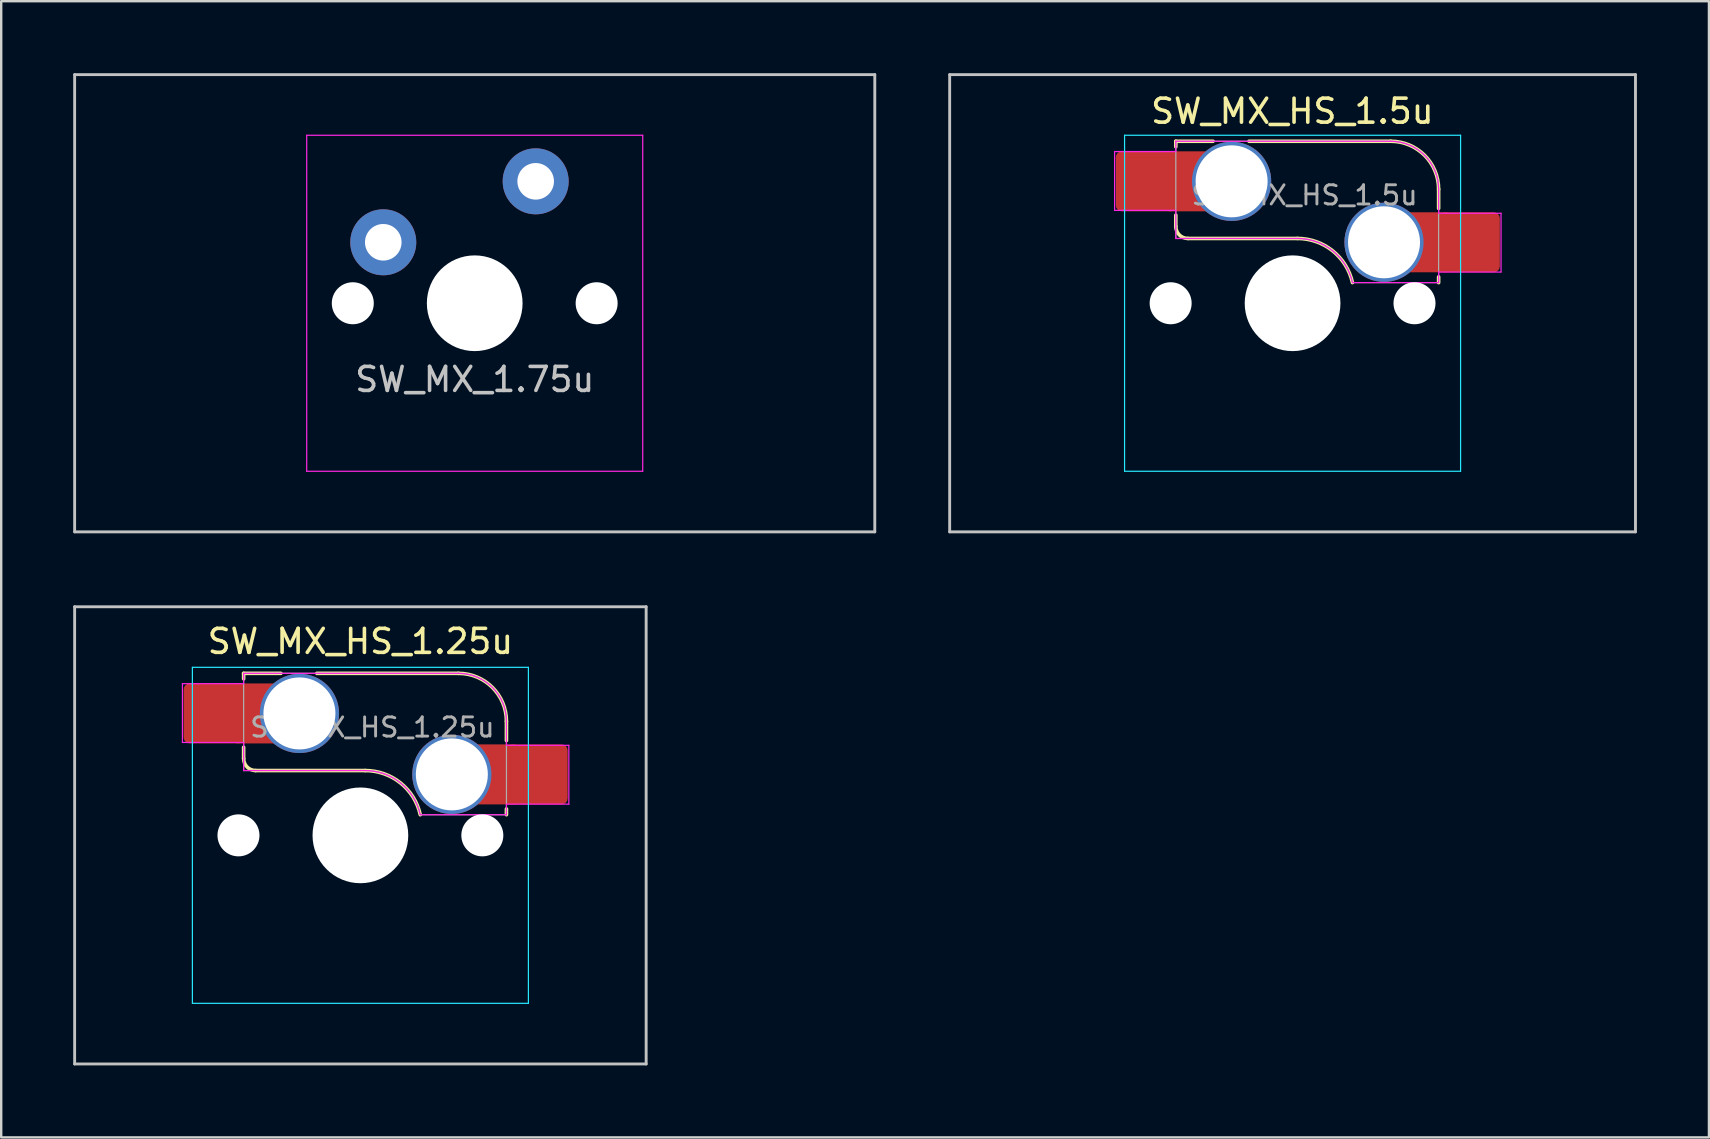
<source format=kicad_pcb>
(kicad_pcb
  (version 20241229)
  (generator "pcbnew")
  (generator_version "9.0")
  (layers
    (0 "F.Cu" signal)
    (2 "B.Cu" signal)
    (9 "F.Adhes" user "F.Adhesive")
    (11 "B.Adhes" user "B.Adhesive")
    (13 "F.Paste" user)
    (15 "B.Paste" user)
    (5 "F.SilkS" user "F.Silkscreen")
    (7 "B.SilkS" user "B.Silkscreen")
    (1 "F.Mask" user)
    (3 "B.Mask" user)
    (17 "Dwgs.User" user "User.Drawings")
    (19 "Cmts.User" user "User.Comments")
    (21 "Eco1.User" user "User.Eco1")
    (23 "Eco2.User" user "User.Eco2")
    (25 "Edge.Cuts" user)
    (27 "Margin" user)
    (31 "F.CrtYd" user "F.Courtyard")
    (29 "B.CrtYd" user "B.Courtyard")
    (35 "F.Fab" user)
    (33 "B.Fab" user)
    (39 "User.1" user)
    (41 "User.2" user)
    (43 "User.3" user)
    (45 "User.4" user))
  (footprint "SW_MX_HS_1.25u"
    (layer "F.Cu")
    (at 11.966 31.755)
    (property "Reference" "SW_MX_HS_1.25u" (at 0 -8.08 0) (layer "F.SilkS") (effects (font (size 1 1) (thickness 0.15))))
    (attr smd)
    (fp_line (start -4.865 -6.75) (end -4.865 -6.52) (stroke (width 0.15) (type solid)) (layer "F.SilkS"))
    (fp_line (start -4.865 -3.67) (end -4.865 -3.2) (stroke (width 0.15) (type solid)) (layer "F.SilkS"))
    (fp_line (start -4.365 -2.7) (end 0.2 -2.7) (stroke (width 0.15) (type solid)) (layer "F.SilkS"))
    (fp_line (start -3.315 -6.75) (end -4.865 -6.75) (stroke (width 0.15) (type solid)) (layer "F.SilkS"))
    (fp_line (start 4.085 -6.75) (end -1.815 -6.75) (stroke (width 0.15) (type solid)) (layer "F.SilkS"))
    (fp_line (start 6.085 -3.95) (end 6.085 -4.75) (stroke (width 0.15) (type solid)) (layer "F.SilkS"))
    (fp_line (start 6.085 -1.1) (end 6.085 -0.86) (stroke (width 0.15) (type solid)) (layer "F.SilkS"))
    (fp_arc (start -4.364824 -2.70022) (mid -4.718377 -2.846667) (end -4.864824 -3.20022) (stroke (width 0.15) (type solid)) (layer "F.SilkS"))
    (fp_arc (start 0.2 -2.70022) (mid 1.670693 -2.183637) (end 2.494322 -0.86022) (stroke (width 0.15) (type solid)) (layer "F.SilkS"))
    (fp_arc (start 4.085176 -6.75022) (mid 5.49939 -6.164434) (end 6.085176 -4.75022) (stroke (width 0.15) (type solid)) (layer "F.SilkS"))
    (fp_line (start -11.906 -9.525) (end 11.906 -9.525) (stroke (width 0.12) (type solid)) (layer "Dwgs.User"))
    (fp_line (start -11.906 9.525) (end -11.906 -9.525) (stroke (width 0.12) (type solid)) (layer "Dwgs.User"))
    (fp_line (start 11.906 -9.525) (end 11.906 9.525) (stroke (width 0.12) (type solid)) (layer "Dwgs.User"))
    (fp_line (start 11.906 9.525) (end -11.906 9.525) (stroke (width 0.12) (type solid)) (layer "Dwgs.User"))
    (fp_line (start -7 -6.5) (end -7 6.5) (stroke (width 0.05) (type solid)) (layer "Eco2.User"))
    (fp_line (start -6.5 7) (end 6.5 7) (stroke (width 0.05) (type solid)) (layer "Eco2.User"))
    (fp_line (start 6.5 -7) (end -6.5 -7) (stroke (width 0.05) (type solid)) (layer "Eco2.User"))
    (fp_line (start 7 6.5) (end 7 -6.5) (stroke (width 0.05) (type solid)) (layer "Eco2.User"))
    (fp_arc (start -7 -6.5) (mid -6.853553 -6.853553) (end -6.5 -7) (stroke (width 0.05) (type solid)) (layer "Eco2.User"))
    (fp_arc (start -6.497236 6.998884) (mid -6.850789 6.852437) (end -6.997236 6.498884) (stroke (width 0.05) (type solid)) (layer "Eco2.User"))
    (fp_arc (start 6.5 -7) (mid 6.853553 -6.853553) (end 7 -6.5) (stroke (width 0.05) (type solid)) (layer "Eco2.User"))
    (fp_arc (start 7 6.5) (mid 6.853553 6.853553) (end 6.5 7) (stroke (width 0.05) (type solid)) (layer "Eco2.User"))
    (fp_line (start -7 -7) (end 7 -7) (stroke (width 0.05) (type solid)) (layer "B.CrtYd"))
    (fp_line (start -7 7) (end -7 -7) (stroke (width 0.05) (type solid)) (layer "B.CrtYd"))
    (fp_line (start 7 -7) (end 7 7) (stroke (width 0.05) (type solid)) (layer "B.CrtYd"))
    (fp_line (start 7 7) (end -7 7) (stroke (width 0.05) (type solid)) (layer "B.CrtYd"))
    (fp_line (start -7.415 -6.32) (end -4.865 -6.32) (stroke (width 0.05) (type solid)) (layer "F.CrtYd"))
    (fp_line (start -7.415 -3.87) (end -7.415 -6.32) (stroke (width 0.05) (type solid)) (layer "F.CrtYd"))
    (fp_line (start -4.865 -6.75) (end -4.865 -6.32) (stroke (width 0.05) (type solid)) (layer "F.CrtYd"))
    (fp_line (start -4.865 -3.87) (end -7.415 -3.87) (stroke (width 0.05) (type solid)) (layer "F.CrtYd"))
    (fp_line (start -4.865 -3.87) (end -4.865 -2.7) (stroke (width 0.05) (type solid)) (layer "F.CrtYd"))
    (fp_line (start -4.865 -2.7) (end 0.2 -2.7) (stroke (width 0.05) (type solid)) (layer "F.CrtYd"))
    (fp_line (start 4.085 -6.75) (end -4.865 -6.75) (stroke (width 0.05) (type solid)) (layer "F.CrtYd"))
    (fp_line (start 6.085 -3.75) (end 6.085 -4.75) (stroke (width 0.05) (type solid)) (layer "F.CrtYd"))
    (fp_line (start 6.085 -3.75) (end 8.685 -3.75) (stroke (width 0.05) (type solid)) (layer "F.CrtYd"))
    (fp_line (start 6.085 -1.3) (end 6.085 -0.86) (stroke (width 0.05) (type solid)) (layer "F.CrtYd"))
    (fp_line (start 6.085 -0.86) (end 2.494 -0.86) (stroke (width 0.05) (type solid)) (layer "F.CrtYd"))
    (fp_line (start 8.685 -3.75) (end 8.685 -1.3) (stroke (width 0.05) (type solid)) (layer "F.CrtYd"))
    (fp_line (start 8.685 -1.3) (end 6.085 -1.3) (stroke (width 0.05) (type solid)) (layer "F.CrtYd"))
    (fp_arc (start 0.2 -2.70022) (mid 1.670503 -2.183399) (end 2.494322 -0.86022) (stroke (width 0.05) (type solid)) (layer "F.CrtYd"))
    (fp_arc (start 4.085176 -6.75022) (mid 5.49939 -6.164434) (end 6.085176 -4.75022) (stroke (width 0.05) (type solid)) (layer "F.CrtYd"))
    (fp_line (start -4.865 -6.75) (end -4.865 -2.7) (stroke (width 0.05) (type solid)) (layer "F.Fab"))
    (fp_line (start -4.865 -2.7) (end 0.2 -2.7) (stroke (width 0.05) (type solid)) (layer "F.Fab"))
    (fp_line (start 4.085 -6.75) (end -4.865 -6.75) (stroke (width 0.05) (type solid)) (layer "F.Fab"))
    (fp_line (start 6.085 -0.86) (end 2.494 -0.86) (stroke (width 0.05) (type solid)) (layer "F.Fab"))
    (fp_line (start 6.085 -0.86) (end 6.085 -4.75) (stroke (width 0.05) (type solid)) (layer "F.Fab"))
    (fp_arc (start 0.2 -2.70022) (mid 1.670503 -2.183399) (end 2.494322 -0.86022) (stroke (width 0.05) (type solid)) (layer "F.Fab"))
    (fp_arc (start 4.085176 -6.75022) (mid 5.49939 -6.164434) (end 6.085176 -4.75022) (stroke (width 0.05) (type solid)) (layer "F.Fab"))
    (fp_text user "${REFERENCE}" (at 0.5 -4.5 0) (layer "F.Fab") (effects (font (size 0.8 0.8) (thickness 0.12))))
    (pad "" np_thru_hole circle (at -5.08 0) (size 1.75 1.75) (drill 1.75) (layers "*.Cu" "*.Mask"))
    (pad "" np_thru_hole circle (at 0 0) (size 3.988 3.988) (drill 3.988) (layers "*.Cu" "*.Mask"))
    (pad "" np_thru_hole circle (at 5.08 0) (size 1.75 1.75) (drill 1.75) (layers "*.Cu" "*.Mask"))
    (pad "1" thru_hole circle (at 3.81 -2.54) (size 3.3 3.3) (drill 3) (layers "*.Cu" "*.Mask"))
    (pad "1" smd rect (at 5.635 -2.54 180) (size 1.65 2.5) (layers "F.Cu"))
    (pad "1" smd roundrect (at 7.36 -2.54) (size 2.55 2.5) (layers "F.Cu" "F.Mask" "F.Paste") (roundrect_rratio 0.1))
    (pad "2" smd roundrect (at -6.09 -5.08) (size 2.55 2.5) (layers "F.Cu" "F.Mask" "F.Paste") (roundrect_rratio 0.1))
    (pad "2" smd rect (at -4.34 -5.08) (size 1.65 2.5) (layers "F.Cu"))
    (pad "2" thru_hole circle (at -2.54 -5.08) (size 3.3 3.3) (drill 3) (layers "*.Cu" "*.Mask")))
  (footprint "SW_MX_HS_1.5u"
    (layer "F.Cu")
    (at 50.805 9.585)
    (property "Reference" "SW_MX_HS_1.5u" (at -0.01 -8 0) (layer "F.SilkS") (effects (font (size 1 1) (thickness 0.15))))
    (attr smd)
    (fp_line (start -4.865 -6.75) (end -4.865 -6.52) (stroke (width 0.15) (type solid)) (layer "F.SilkS"))
    (fp_line (start -4.865 -3.67) (end -4.865 -3.2) (stroke (width 0.15) (type solid)) (layer "F.SilkS"))
    (fp_line (start -4.365 -2.7) (end 0.2 -2.7) (stroke (width 0.15) (type solid)) (layer "F.SilkS"))
    (fp_line (start -3.315 -6.75) (end -4.865 -6.75) (stroke (width 0.15) (type solid)) (layer "F.SilkS"))
    (fp_line (start 4.085 -6.75) (end -1.815 -6.75) (stroke (width 0.15) (type solid)) (layer "F.SilkS"))
    (fp_line (start 6.085 -3.95) (end 6.085 -4.75) (stroke (width 0.15) (type solid)) (layer "F.SilkS"))
    (fp_line (start 6.085 -1.1) (end 6.085 -0.86) (stroke (width 0.15) (type solid)) (layer "F.SilkS"))
    (fp_arc (start -4.364824 -2.70022) (mid -4.718377 -2.846667) (end -4.864824 -3.20022) (stroke (width 0.15) (type solid)) (layer "F.SilkS"))
    (fp_arc (start 0.2 -2.70022) (mid 1.670693 -2.183637) (end 2.494322 -0.86022) (stroke (width 0.15) (type solid)) (layer "F.SilkS"))
    (fp_arc (start 4.085176 -6.75022) (mid 5.49939 -6.164434) (end 6.085176 -4.75022) (stroke (width 0.15) (type solid)) (layer "F.SilkS"))
    (fp_line (start -14.287 -9.525) (end 14.287 -9.525) (stroke (width 0.12) (type solid)) (layer "Dwgs.User"))
    (fp_line (start -14.287 9.525) (end -14.287 -9.525) (stroke (width 0.12) (type solid)) (layer "Dwgs.User"))
    (fp_line (start 14.287 -9.525) (end 14.287 9.525) (stroke (width 0.12) (type solid)) (layer "Dwgs.User"))
    (fp_line (start 14.287 9.525) (end -14.287 9.525) (stroke (width 0.12) (type solid)) (layer "Dwgs.User"))
    (fp_line (start -7 -6.5) (end -7 6.5) (stroke (width 0.05) (type solid)) (layer "Eco2.User"))
    (fp_line (start -6.5 7) (end 6.5 7) (stroke (width 0.05) (type solid)) (layer "Eco2.User"))
    (fp_line (start 6.5 -7) (end -6.5 -7) (stroke (width 0.05) (type solid)) (layer "Eco2.User"))
    (fp_line (start 7 6.5) (end 7 -6.5) (stroke (width 0.05) (type solid)) (layer "Eco2.User"))
    (fp_arc (start -7 -6.5) (mid -6.853553 -6.853553) (end -6.5 -7) (stroke (width 0.05) (type solid)) (layer "Eco2.User"))
    (fp_arc (start -6.497236 6.998884) (mid -6.850789 6.852437) (end -6.997236 6.498884) (stroke (width 0.05) (type solid)) (layer "Eco2.User"))
    (fp_arc (start 6.5 -7) (mid 6.853553 -6.853553) (end 7 -6.5) (stroke (width 0.05) (type solid)) (layer "Eco2.User"))
    (fp_arc (start 7 6.5) (mid 6.853553 6.853553) (end 6.5 7) (stroke (width 0.05) (type solid)) (layer "Eco2.User"))
    (fp_line (start -7 -7) (end 7 -7) (stroke (width 0.05) (type solid)) (layer "B.CrtYd"))
    (fp_line (start -7 7) (end -7 -7) (stroke (width 0.05) (type solid)) (layer "B.CrtYd"))
    (fp_line (start 7 -7) (end 7 7) (stroke (width 0.05) (type solid)) (layer "B.CrtYd"))
    (fp_line (start 7 7) (end -7 7) (stroke (width 0.05) (type solid)) (layer "B.CrtYd"))
    (fp_line (start -7.415 -6.32) (end -4.865 -6.32) (stroke (width 0.05) (type solid)) (layer "F.CrtYd"))
    (fp_line (start -7.415 -3.87) (end -7.415 -6.32) (stroke (width 0.05) (type solid)) (layer "F.CrtYd"))
    (fp_line (start -4.865 -6.75) (end -4.865 -6.32) (stroke (width 0.05) (type solid)) (layer "F.CrtYd"))
    (fp_line (start -4.865 -3.87) (end -7.415 -3.87) (stroke (width 0.05) (type solid)) (layer "F.CrtYd"))
    (fp_line (start -4.865 -3.87) (end -4.865 -2.7) (stroke (width 0.05) (type solid)) (layer "F.CrtYd"))
    (fp_line (start -4.865 -2.7) (end 0.2 -2.7) (stroke (width 0.05) (type solid)) (layer "F.CrtYd"))
    (fp_line (start 4.085 -6.75) (end -4.865 -6.75) (stroke (width 0.05) (type solid)) (layer "F.CrtYd"))
    (fp_line (start 6.085 -3.75) (end 6.085 -4.75) (stroke (width 0.05) (type solid)) (layer "F.CrtYd"))
    (fp_line (start 6.085 -3.75) (end 8.685 -3.75) (stroke (width 0.05) (type solid)) (layer "F.CrtYd"))
    (fp_line (start 6.085 -1.3) (end 6.085 -0.86) (stroke (width 0.05) (type solid)) (layer "F.CrtYd"))
    (fp_line (start 6.085 -0.86) (end 2.494 -0.86) (stroke (width 0.05) (type solid)) (layer "F.CrtYd"))
    (fp_line (start 8.685 -3.75) (end 8.685 -1.3) (stroke (width 0.05) (type solid)) (layer "F.CrtYd"))
    (fp_line (start 8.685 -1.3) (end 6.085 -1.3) (stroke (width 0.05) (type solid)) (layer "F.CrtYd"))
    (fp_arc (start 0.2 -2.70022) (mid 1.670503 -2.183399) (end 2.494322 -0.86022) (stroke (width 0.05) (type solid)) (layer "F.CrtYd"))
    (fp_arc (start 4.085176 -6.75022) (mid 5.49939 -6.164434) (end 6.085176 -4.75022) (stroke (width 0.05) (type solid)) (layer "F.CrtYd"))
    (fp_line (start -4.865 -6.75) (end -4.865 -2.7) (stroke (width 0.05) (type solid)) (layer "F.Fab"))
    (fp_line (start -4.865 -2.7) (end 0.2 -2.7) (stroke (width 0.05) (type solid)) (layer "F.Fab"))
    (fp_line (start 4.085 -6.75) (end -4.865 -6.75) (stroke (width 0.05) (type solid)) (layer "F.Fab"))
    (fp_line (start 6.085 -0.86) (end 2.494 -0.86) (stroke (width 0.05) (type solid)) (layer "F.Fab"))
    (fp_line (start 6.085 -0.86) (end 6.085 -4.75) (stroke (width 0.05) (type solid)) (layer "F.Fab"))
    (fp_arc (start 0.2 -2.70022) (mid 1.670503 -2.183399) (end 2.494322 -0.86022) (stroke (width 0.05) (type solid)) (layer "F.Fab"))
    (fp_arc (start 4.085176 -6.75022) (mid 5.49939 -6.164434) (end 6.085176 -4.75022) (stroke (width 0.05) (type solid)) (layer "F.Fab"))
    (fp_text user "${REFERENCE}" (at 0.5 -4.5 0) (layer "F.Fab") (effects (font (size 0.8 0.8) (thickness 0.12))))
    (pad "" np_thru_hole circle (at -5.08 0) (size 1.75 1.75) (drill 1.75) (layers "*.Cu" "*.Mask"))
    (pad "" np_thru_hole circle (at 0 0) (size 3.988 3.988) (drill 3.988) (layers "*.Cu" "*.Mask"))
    (pad "" np_thru_hole circle (at 5.08 0) (size 1.75 1.75) (drill 1.75) (layers "*.Cu" "*.Mask"))
    (pad "1" thru_hole circle (at 3.81 -2.54) (size 3.3 3.3) (drill 3) (layers "*.Cu" "*.Mask"))
    (pad "1" smd rect (at 5.635 -2.54 180) (size 1.65 2.5) (layers "F.Cu"))
    (pad "1" smd roundrect (at 7.36 -2.54) (size 2.55 2.5) (layers "F.Cu" "F.Mask" "F.Paste") (roundrect_rratio 0.1))
    (pad "2" smd roundrect (at -6.09 -5.08) (size 2.55 2.5) (layers "F.Cu" "F.Mask" "F.Paste") (roundrect_rratio 0.1))
    (pad "2" smd rect (at -4.34 -5.08) (size 1.65 2.5) (layers "F.Cu"))
    (pad "2" thru_hole circle (at -2.54 -5.08) (size 3.3 3.3) (drill 3) (layers "*.Cu" "*.Mask")))
  (footprint "SW_MX_1.75u"
    (layer "F.Cu")
    (at 16.729 9.585)
    (property "Reference" "SW_MX_1.75u" (at 0 3.175 0) (layer "Dwgs.User") (effects (font (size 1 1) (thickness 0.15))))
    (attr through_hole exclude_from_pos_files exclude_from_bom)
    (fp_line (start -16.669 -9.525) (end -16.669 9.525) (stroke (width 0.12) (type solid)) (layer "Dwgs.User"))
    (fp_line (start -16.669 9.525) (end 16.669 9.525) (stroke (width 0.12) (type solid)) (layer "Dwgs.User"))
    (fp_line (start 16.669 -9.525) (end -16.669 -9.525) (stroke (width 0.12) (type solid)) (layer "Dwgs.User"))
    (fp_line (start 16.669 9.525) (end 16.669 -9.525) (stroke (width 0.12) (type solid)) (layer "Dwgs.User"))
    (fp_line (start -7 6.5) (end -7 -6.5) (stroke (width 0.05) (type solid)) (layer "Eco2.User"))
    (fp_line (start -6.5 -7) (end 6.5 -7) (stroke (width 0.05) (type solid)) (layer "Eco2.User"))
    (fp_line (start 6.5 7) (end -6.5 7) (stroke (width 0.05) (type solid)) (layer "Eco2.User"))
    (fp_line (start 7 -6.5) (end 7 6.5) (stroke (width 0.05) (type solid)) (layer "Eco2.User"))
    (fp_arc (start -7 -6.5) (mid -6.853553 -6.853553) (end -6.5 -7) (stroke (width 0.05) (type solid)) (layer "Eco2.User"))
    (fp_arc (start -6.5 7) (mid -6.853553 6.853553) (end -7 6.5) (stroke (width 0.05) (type solid)) (layer "Eco2.User"))
    (fp_arc (start 6.5 -7) (mid 6.853553 -6.853553) (end 7 -6.5) (stroke (width 0.05) (type solid)) (layer "Eco2.User"))
    (fp_arc (start 6.997236 6.498884) (mid 6.850789 6.852437) (end 6.497236 6.998884) (stroke (width 0.05) (type solid)) (layer "Eco2.User"))
    (fp_line (start -7 -7) (end -7 7) (stroke (width 0.05) (type solid)) (layer "F.CrtYd"))
    (fp_line (start -7 7) (end 7 7) (stroke (width 0.05) (type solid)) (layer "F.CrtYd"))
    (fp_line (start 7 -7) (end -7 -7) (stroke (width 0.05) (type solid)) (layer "F.CrtYd"))
    (fp_line (start 7 7) (end 7 -7) (stroke (width 0.05) (type solid)) (layer "F.CrtYd"))
    (pad "" np_thru_hole circle (at -5.08 0) (size 1.75 1.75) (drill 1.75) (layers "*.Cu" "*.Mask"))
    (pad "" np_thru_hole circle (at 0 0) (size 3.988 3.988) (drill 3.988) (layers "*.Cu" "*.Mask"))
    (pad "" np_thru_hole circle (at 5.08 0) (size 1.75 1.75) (drill 1.75) (layers "*.Cu" "*.Mask"))
    (pad "1" thru_hole circle (at -3.81 -2.54) (size 2.75 2.75) (drill 1.524) (layers "*.Cu" "B.Mask"))
    (pad "2" thru_hole circle (at 2.54 -5.08) (size 2.75 2.75) (drill 1.524) (layers "*.Cu" "B.Mask")))
  (gr_rect
    (start -3 -3)
    (end 68.153 44.34)
    (stroke (width 0.1) (type default))
    (fill no)
    (layer "Edge.Cuts")))
</source>
